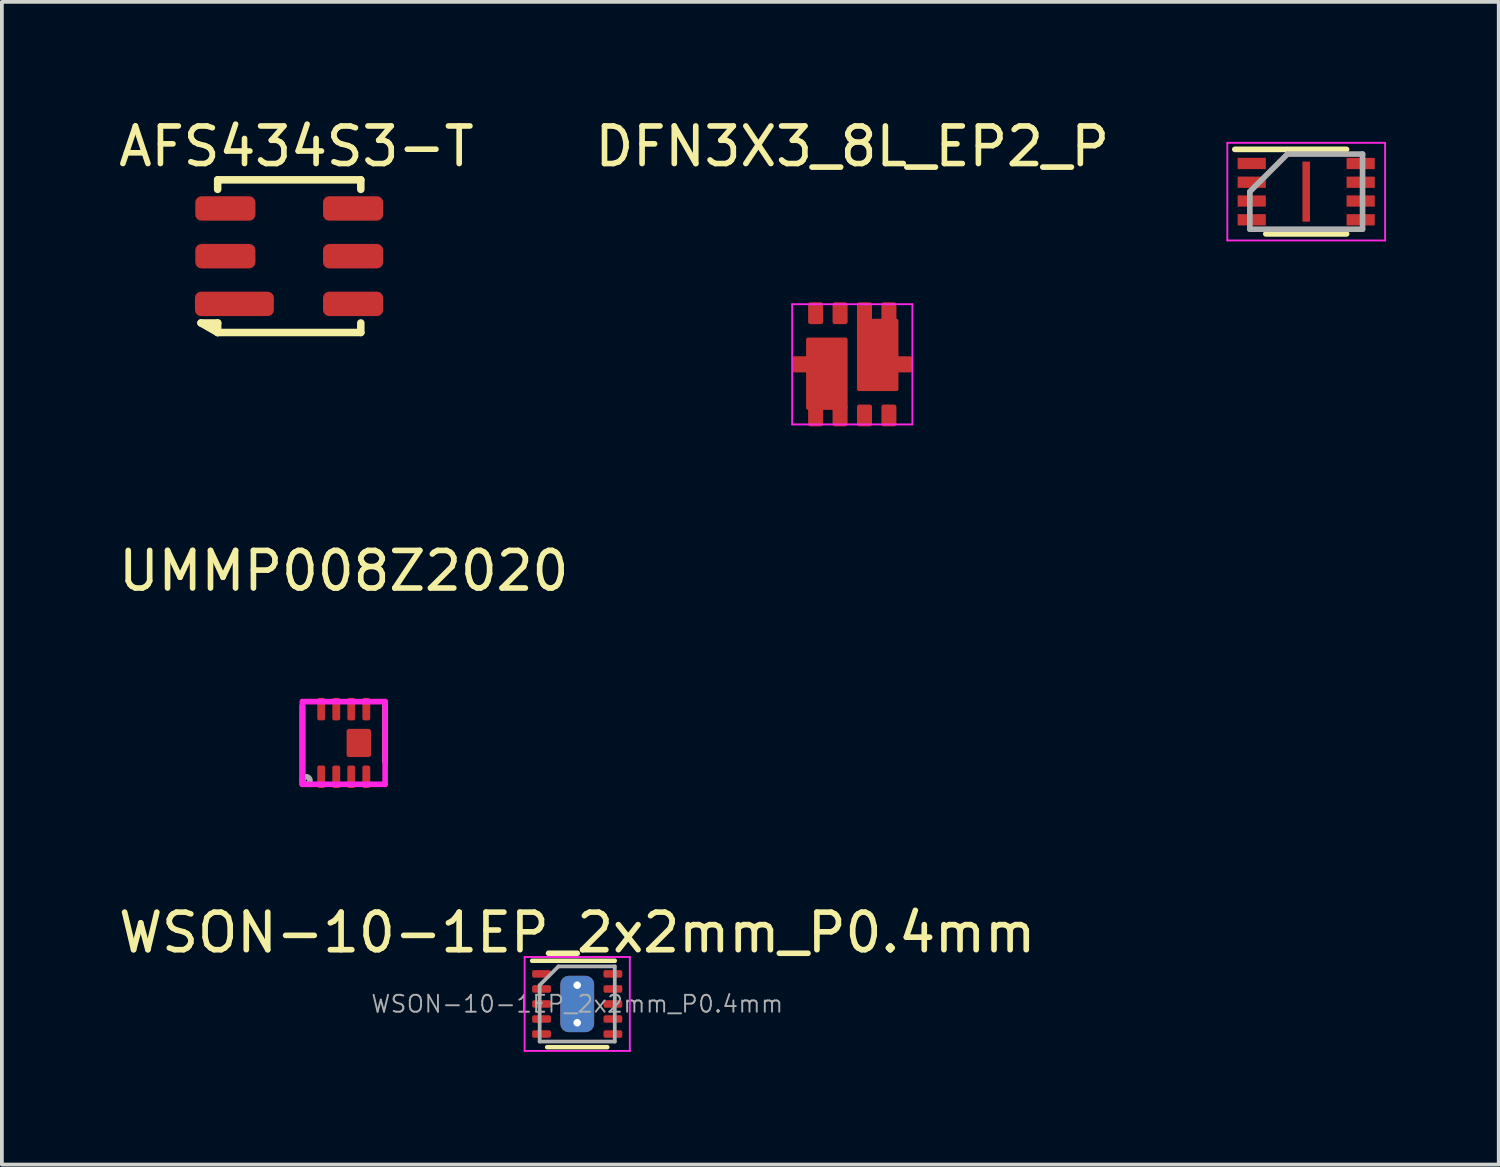
<source format=kicad_pcb>
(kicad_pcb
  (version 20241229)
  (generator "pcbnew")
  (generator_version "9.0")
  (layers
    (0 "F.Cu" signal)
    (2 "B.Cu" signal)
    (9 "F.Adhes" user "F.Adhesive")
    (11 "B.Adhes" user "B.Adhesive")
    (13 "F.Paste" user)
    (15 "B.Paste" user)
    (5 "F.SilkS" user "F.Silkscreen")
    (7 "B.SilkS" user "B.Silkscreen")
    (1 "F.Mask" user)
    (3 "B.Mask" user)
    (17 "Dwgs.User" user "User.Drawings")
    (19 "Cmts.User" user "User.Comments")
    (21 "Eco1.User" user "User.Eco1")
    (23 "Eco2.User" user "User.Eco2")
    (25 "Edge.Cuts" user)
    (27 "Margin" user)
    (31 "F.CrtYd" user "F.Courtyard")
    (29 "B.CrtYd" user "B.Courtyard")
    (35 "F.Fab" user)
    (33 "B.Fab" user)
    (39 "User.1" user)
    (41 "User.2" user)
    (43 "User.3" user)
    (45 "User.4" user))
  (footprint "DFN-8-1EP_3x2mm_Pitch0.5mm"
    (layer "F.Cu")
    (at 31.72 2.051)
    (property "Reference" "DFN-8-1EP_3x2mm_Pitch0.5mm" (at 0 -2.05 0) (layer "F.SilkS") (effects (font (size 0.001 0.001) (thickness 0.15))))
    (attr smd)
    (fp_line (start -1.9 -1.125) (end 1.075 -1.125) (stroke (width 0.15) (type solid)) (layer "F.SilkS"))
    (fp_line (start -1.075 1.125) (end 1.075 1.125) (stroke (width 0.15) (type solid)) (layer "F.SilkS"))
    (fp_line (start -2.1 -1.3) (end -2.1 1.3) (stroke (width 0.05) (type solid)) (layer "F.CrtYd"))
    (fp_line (start -2.1 -1.3) (end 2.1 -1.3) (stroke (width 0.05) (type solid)) (layer "F.CrtYd"))
    (fp_line (start -2.1 1.3) (end 2.1 1.3) (stroke (width 0.05) (type solid)) (layer "F.CrtYd"))
    (fp_line (start 2.1 -1.3) (end 2.1 1.3) (stroke (width 0.05) (type solid)) (layer "F.CrtYd"))
    (fp_line (start -1.5 0) (end -0.5 -1) (stroke (width 0.15) (type solid)) (layer "F.Fab"))
    (fp_line (start -1.5 1) (end -1.5 0) (stroke (width 0.15) (type solid)) (layer "F.Fab"))
    (fp_line (start -0.5 -1) (end 1.5 -1) (stroke (width 0.15) (type solid)) (layer "F.Fab"))
    (fp_line (start 1.5 -1) (end 1.5 1) (stroke (width 0.15) (type solid)) (layer "F.Fab"))
    (fp_line (start 1.5 1) (end -1.5 1) (stroke (width 0.15) (type solid)) (layer "F.Fab"))
    (pad "1" smd rect (at -1.45 -0.75) (size 0.75 0.3) (layers "F.Cu" "F.Mask" "F.Paste"))
    (pad "2" smd rect (at -1.45 -0.25) (size 0.75 0.3) (layers "F.Cu" "F.Mask" "F.Paste"))
    (pad "3" smd rect (at -1.45 0.25) (size 0.75 0.3) (layers "F.Cu" "F.Mask" "F.Paste"))
    (pad "4" smd rect (at -1.45 0.75) (size 0.75 0.3) (layers "F.Cu" "F.Mask" "F.Paste"))
    (pad "5" smd rect (at 1.45 0.75) (size 0.75 0.3) (layers "F.Cu" "F.Mask" "F.Paste"))
    (pad "6" smd rect (at 1.45 0.25) (size 0.75 0.3) (layers "F.Cu" "F.Mask" "F.Paste"))
    (pad "7" smd rect (at 1.45 -0.25) (size 0.75 0.3) (layers "F.Cu" "F.Mask" "F.Paste"))
    (pad "8" smd rect (at 1.45 -0.75) (size 0.75 0.3) (layers "F.Cu" "F.Mask" "F.Paste"))
    (pad "9" smd rect (at 0 0) (size 0.2 1.6) (layers "F.Cu" "F.Mask" "F.Paste")))
  (footprint "WSON-10-1EP_2x2mm_P0.4mm"
    (layer "F.Cu")
    (at 12.315 23.675)
    (property "Reference" "WSON-10-1EP_2x2mm_P0.4mm" (at 0 -1.9 0) (layer "F.SilkS") (effects (font (size 1 1) (thickness 0.15))))
    (attr smd)
    (fp_line (start 0.8 1.15) (end -0.8 1.15) (stroke (width 0.12) (type solid)) (layer "F.SilkS"))
    (fp_line (start 1 -1.15) (end -1.2 -1.15) (stroke (width 0.12) (type solid)) (layer "F.SilkS"))
    (fp_line (start -1.4 1.25) (end -1.4 -1.25) (stroke (width 0.05) (type solid)) (layer "F.CrtYd"))
    (fp_line (start -1.4 1.25) (end 1.4 1.25) (stroke (width 0.05) (type solid)) (layer "F.CrtYd"))
    (fp_line (start 1.4 -1.25) (end -1.4 -1.25) (stroke (width 0.05) (type solid)) (layer "F.CrtYd"))
    (fp_line (start 1.4 -1.25) (end 1.4 1.25) (stroke (width 0.05) (type solid)) (layer "F.CrtYd"))
    (fp_line (start -1 -0.5) (end -1 1) (stroke (width 0.1) (type solid)) (layer "F.Fab"))
    (fp_line (start -0.5 -1) (end -1 -0.5) (stroke (width 0.1) (type solid)) (layer "F.Fab"))
    (fp_line (start 1 -1) (end -0.5 -1) (stroke (width 0.1) (type solid)) (layer "F.Fab"))
    (fp_line (start 1 1) (end -1 1) (stroke (width 0.1) (type solid)) (layer "F.Fab"))
    (fp_line (start 1 1) (end 1 -1) (stroke (width 0.1) (type solid)) (layer "F.Fab"))
    (fp_text user "${REFERENCE}" (at 0 0 0) (layer "F.Fab") (effects (font (size 0.45 0.45) (thickness 0.05))))
    (pad "" smd roundrect (at 0 -0.4) (size 0.8 0.4) (layers "F.Paste") (roundrect_rratio 0.25))
    (pad "" smd roundrect (at 0 0.4) (size 0.8 0.4) (layers "F.Paste") (roundrect_rratio 0.25))
    (pad "1" smd roundrect (at -0.95 -0.8) (size 0.5 0.2) (layers "F.Cu" "F.Mask" "F.Paste") (roundrect_rratio 0.25))
    (pad "2" smd roundrect (at -0.95 -0.4) (size 0.5 0.2) (layers "F.Cu" "F.Mask" "F.Paste") (roundrect_rratio 0.25))
    (pad "3" smd roundrect (at -0.95 0) (size 0.5 0.2) (layers "F.Cu" "F.Mask" "F.Paste") (roundrect_rratio 0.25))
    (pad "4" smd roundrect (at -0.95 0.4) (size 0.5 0.2) (layers "F.Cu" "F.Mask" "F.Paste") (roundrect_rratio 0.25))
    (pad "5" smd roundrect (at -0.95 0.8) (size 0.5 0.2) (layers "F.Cu" "F.Mask" "F.Paste") (roundrect_rratio 0.25))
    (pad "6" smd roundrect (at 0.95 0.8) (size 0.5 0.2) (layers "F.Cu" "F.Mask" "F.Paste") (roundrect_rratio 0.25))
    (pad "7" smd roundrect (at 0.95 0.4) (size 0.5 0.2) (layers "F.Cu" "F.Mask" "F.Paste") (roundrect_rratio 0.25))
    (pad "8" smd roundrect (at 0.95 0) (size 0.5 0.2) (layers "F.Cu" "F.Mask" "F.Paste") (roundrect_rratio 0.25))
    (pad "9" smd roundrect (at 0.95 -0.4) (size 0.5 0.2) (layers "F.Cu" "F.Mask" "F.Paste") (roundrect_rratio 0.25))
    (pad "10" smd roundrect (at 0.95 -0.8) (size 0.5 0.2) (layers "F.Cu" "F.Mask" "F.Paste") (roundrect_rratio 0.25))
    (pad "11" thru_hole circle (at 0 -0.5) (size 0.2 0.2) (drill 0.2) (layers "*.Cu" "*.Mask"))
    (pad "11" smd roundrect (at 0 0) (size 0.9 1.5) (layers "F.Cu" "F.Mask") (roundrect_rratio 0.25))
    (pad "11" smd roundrect (at 0 0) (size 0.9 1.5) (layers "B.Cu") (roundrect_rratio 0.25))
    (pad "11" thru_hole circle (at 0 0.5) (size 0.2 0.2) (drill 0.2) (layers "*.Cu" "*.Mask")))
  (footprint "DFN3X3_8L_EP2_P"
    (layer "F.Cu")
    (at 19.637 6.648)
    (property "Reference" "DFN3X3_8L_EP2_P" (at 0 -5.8 0) (layer "F.SilkS") (effects (font (size 1 1) (thickness 0.15))))
    (attr through_hole)
    (fp_line (start -1.6 -1.6) (end -1.6 1.6) (stroke (width 0.05) (type solid)) (layer "F.CrtYd"))
    (fp_line (start -1.6 1.6) (end 1.6 1.6) (stroke (width 0.05) (type solid)) (layer "F.CrtYd"))
    (fp_line (start 1.6 -1.6) (end -1.6 -1.6) (stroke (width 0.05) (type solid)) (layer "F.CrtYd"))
    (fp_line (start 1.6 1.6) (end 1.6 -1.6) (stroke (width 0.05) (type solid)) (layer "F.CrtYd"))
    (pad "1" smd roundrect (at 0.325 -1.36 180) (size 0.4 0.58) (layers "F.Cu" "F.Mask" "F.Paste") (roundrect_rratio 0.15))
    (pad "1" smd roundrect (at 0.677 -0.25) (size 1.105 1.925) (layers "F.Cu" "F.Mask" "F.Paste") (roundrect_rratio 0.05))
    (pad "1" smd roundrect (at 0.975 -1.36 180) (size 0.4 0.58) (layers "F.Cu" "F.Mask" "F.Paste") (roundrect_rratio 0.15))
    (pad "1" smd roundrect (at 1.23 0) (size 0.74 0.43) (layers "F.Cu" "F.Mask" "F.Paste") (roundrect_rratio 0.15))
    (pad "2" smd roundrect (at -0.325 -1.36 180) (size 0.4 0.58) (layers "F.Cu" "F.Mask" "F.Paste") (roundrect_rratio 0.15))
    (pad "3" smd roundrect (at -0.975 -1.36 180) (size 0.4 0.58) (layers "F.Cu" "F.Mask" "F.Paste") (roundrect_rratio 0.15))
    (pad "4" smd roundrect (at -1.23 0) (size 0.74 0.43) (layers "F.Cu" "F.Mask" "F.Paste") (roundrect_rratio 0.15))
    (pad "4" smd roundrect (at -0.975 1.36 180) (size 0.4 0.58) (layers "F.Cu" "F.Mask" "F.Paste") (roundrect_rratio 0.15))
    (pad "4" smd roundrect (at -0.677 0.25) (size 1.105 1.925) (layers "F.Cu" "F.Mask" "F.Paste") (roundrect_rratio 0.05))
    (pad "4" smd roundrect (at -0.325 1.36 180) (size 0.4 0.58) (layers "F.Cu" "F.Mask" "F.Paste") (roundrect_rratio 0.15))
    (pad "5" smd roundrect (at 0.325 1.36 180) (size 0.4 0.58) (layers "F.Cu" "F.Mask" "F.Paste") (roundrect_rratio 0.15))
    (pad "6" smd roundrect (at 0.975 1.36 180) (size 0.4 0.58) (layers "F.Cu" "F.Mask" "F.Paste") (roundrect_rratio 0.15)))
  (footprint "AFS434S3-T"
    (layer "F.Cu")
    (at 4.649 3.769)
    (property "Reference" "AFS434S3-T" (at 0.191 -2.921 0) (layer "F.SilkS") (effects (font (size 1 1) (thickness 0.15))))
    (attr through_hole)
    (fp_line (start -1.905 -2.032) (end 1.905 -2.032) (stroke (width 0.2) (type solid)) (layer "F.SilkS"))
    (fp_line (start -1.905 -1.778) (end -1.905 -2.032) (stroke (width 0.2) (type solid)) (layer "F.SilkS"))
    (fp_line (start -1.905 1.778) (end -2.349 1.778) (stroke (width 0.2) (type solid)) (layer "F.SilkS"))
    (fp_line (start -1.905 2.032) (end -2.349 1.778) (stroke (width 0.2) (type solid)) (layer "F.SilkS"))
    (fp_line (start -1.905 2.032) (end -1.905 1.778) (stroke (width 0.2) (type solid)) (layer "F.SilkS"))
    (fp_line (start 1.905 -2.032) (end 1.905 -1.778) (stroke (width 0.2) (type solid)) (layer "F.SilkS"))
    (fp_line (start 1.905 1.778) (end 1.905 2.032) (stroke (width 0.2) (type solid)) (layer "F.SilkS"))
    (fp_line (start 1.905 2.032) (end -1.905 2.032) (stroke (width 0.2) (type solid)) (layer "F.SilkS"))
    (pad "1" smd roundrect (at -1.46 1.27) (size 2.1 0.65) (layers "F.Cu" "F.Mask" "F.Paste") (roundrect_rratio 0.25))
    (pad "2" smd roundrect (at -1.7 0) (size 1.6 0.65) (layers "F.Cu" "F.Mask" "F.Paste") (roundrect_rratio 0.25))
    (pad "3" smd roundrect (at -1.7 -1.27) (size 1.6 0.65) (layers "F.Cu" "F.Mask" "F.Paste") (roundrect_rratio 0.25))
    (pad "4" smd roundrect (at 1.7 -1.27) (size 1.6 0.65) (layers "F.Cu" "F.Mask" "F.Paste") (roundrect_rratio 0.25))
    (pad "5" smd roundrect (at 1.7 0) (size 1.6 0.65) (layers "F.Cu" "F.Mask" "F.Paste") (roundrect_rratio 0.25))
    (pad "6" smd roundrect (at 1.7 1.27) (size 1.6 0.65) (layers "F.Cu" "F.Mask" "F.Paste") (roundrect_rratio 0.25)))
  (footprint "UMMP008Z2020"
    (layer "F.Cu")
    (at 6.101 16.727)
    (property "Reference" "UMMP008Z2020" (at 0 -4.58 0) (layer "F.SilkS") (effects (font (size 1 1) (thickness 0.15))))
    (attr through_hole)
    (fp_line (start -1.1 -1) (end -1.1 1.1) (stroke (width 0.15) (type solid)) (layer "F.SilkS"))
    (fp_line (start 1.1 0.5) (end 1.1 -1) (stroke (width 0.15) (type solid)) (layer "F.SilkS"))
    (fp_line (start -1.1 -1.1) (end 1.1 -1.1) (stroke (width 0.15) (type solid)) (layer "F.CrtYd"))
    (fp_line (start -1.1 1.1) (end -1.1 -1.1) (stroke (width 0.15) (type solid)) (layer "F.CrtYd"))
    (fp_line (start 1.1 -1.1) (end 1.1 1.1) (stroke (width 0.15) (type solid)) (layer "F.CrtYd"))
    (fp_line (start 1.1 1.1) (end -1.1 1.1) (stroke (width 0.15) (type solid)) (layer "F.CrtYd"))
    (fp_circle (center -1 1) (end -1 1.1) (stroke (width 0.15) (type solid)) (fill no) (layer "F.Fab"))
    (pad "1" smd roundrect (at -0.6 0.9) (size 0.21 0.6) (layers "F.Cu" "F.Mask" "F.Paste") (roundrect_rratio 0.25))
    (pad "2" smd roundrect (at -0.2 0.9) (size 0.21 0.6) (layers "F.Cu" "F.Mask" "F.Paste") (roundrect_rratio 0.25))
    (pad "3" smd roundrect (at 0.2 0.9) (size 0.21 0.6) (layers "F.Cu" "F.Mask" "F.Paste") (roundrect_rratio 0.25))
    (pad "4" smd roundrect (at 0.6 0.9) (size 0.21 0.6) (layers "F.Cu" "F.Mask" "F.Paste") (roundrect_rratio 0.25))
    (pad "5" smd roundrect (at 0.6 -0.9) (size 0.21 0.6) (layers "F.Cu" "F.Mask" "F.Paste") (roundrect_rratio 0.25))
    (pad "6" smd roundrect (at 0.2 -0.9) (size 0.21 0.6) (layers "F.Cu" "F.Mask" "F.Paste") (roundrect_rratio 0.25))
    (pad "7" smd roundrect (at -0.2 -0.9) (size 0.21 0.6) (layers "F.Cu" "F.Mask" "F.Paste") (roundrect_rratio 0.25))
    (pad "8" smd roundrect (at -0.6 -0.9) (size 0.21 0.6) (layers "F.Cu" "F.Mask" "F.Paste") (roundrect_rratio 0.25))
    (pad "9" smd roundrect (at 0.4 0) (size 0.65 0.75) (layers "F.Cu" "F.Mask" "F.Paste") (roundrect_rratio 0.1)))
  (gr_rect
    (start -3 -3)
    (end 36.845 27.95)
    (stroke (width 0.1) (type default))
    (fill no)
    (layer "Edge.Cuts")))
</source>
